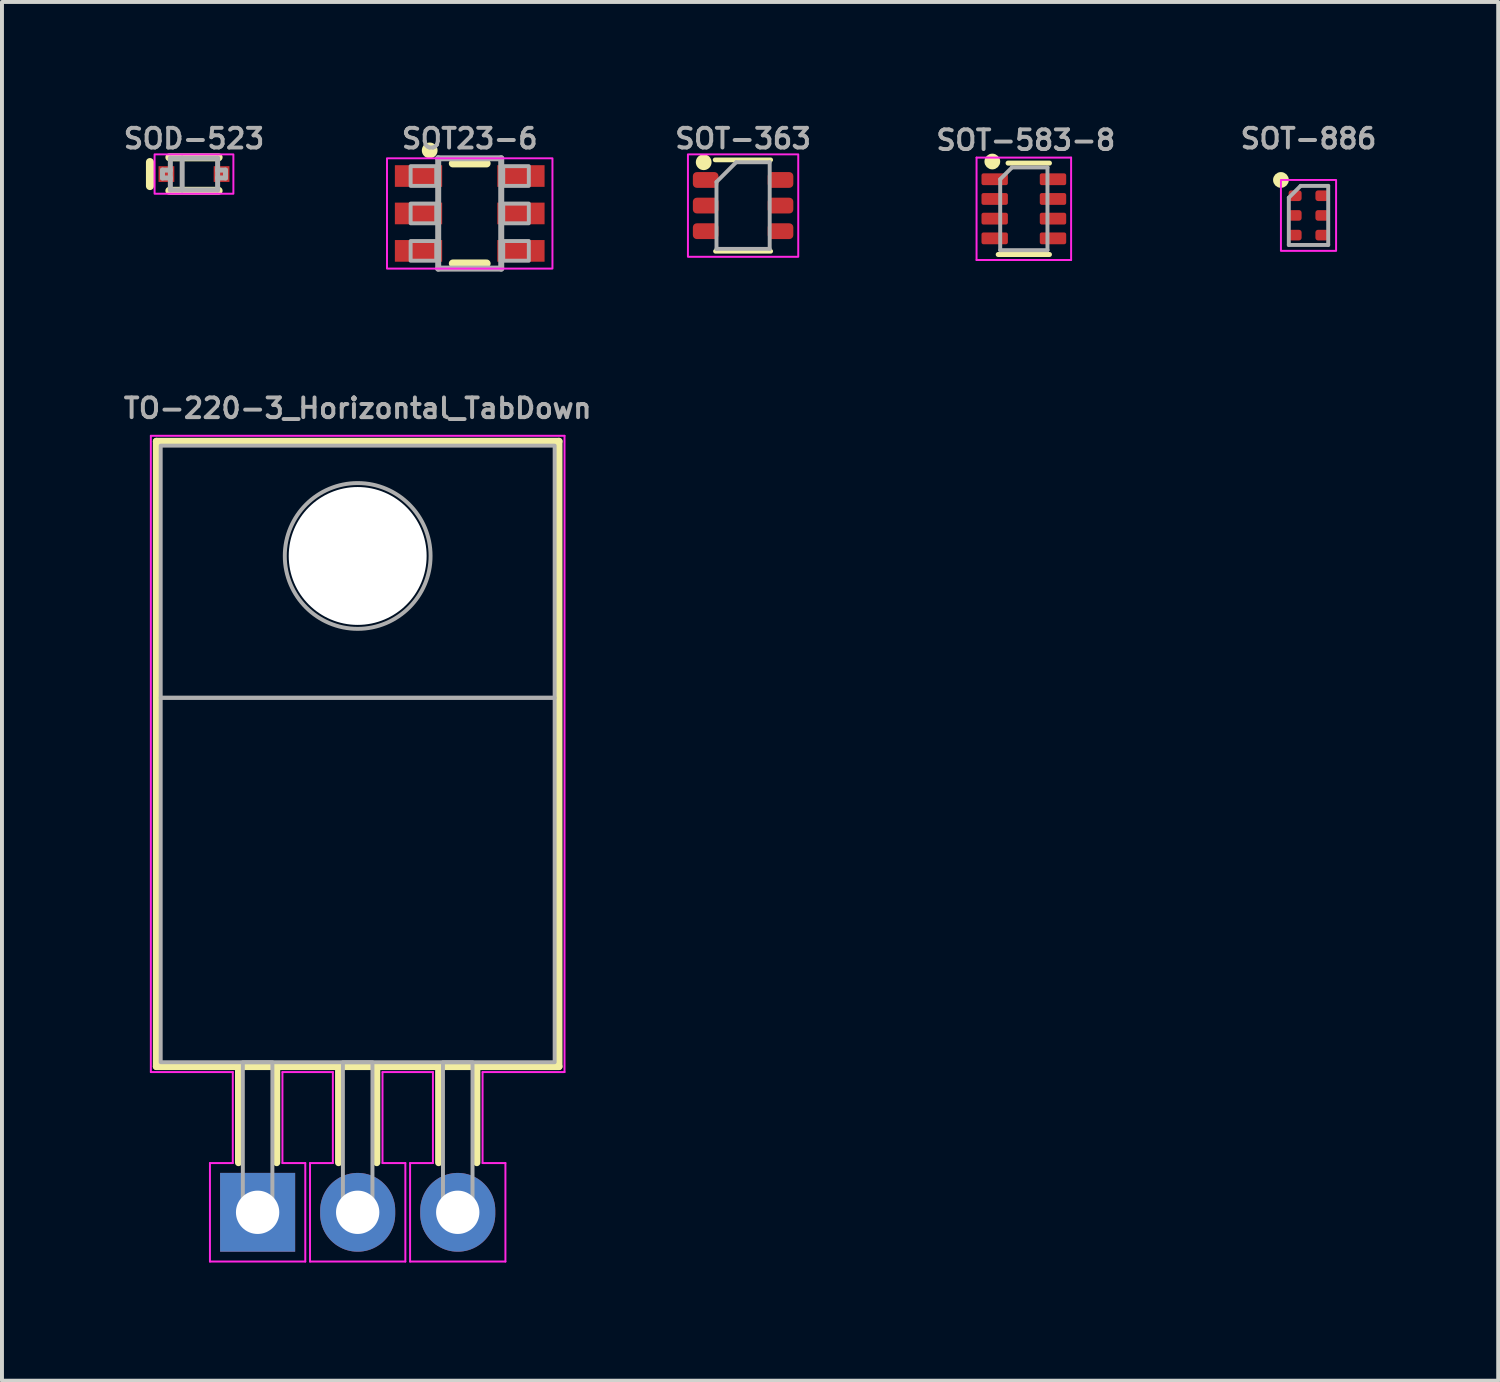
<source format=kicad_pcb>
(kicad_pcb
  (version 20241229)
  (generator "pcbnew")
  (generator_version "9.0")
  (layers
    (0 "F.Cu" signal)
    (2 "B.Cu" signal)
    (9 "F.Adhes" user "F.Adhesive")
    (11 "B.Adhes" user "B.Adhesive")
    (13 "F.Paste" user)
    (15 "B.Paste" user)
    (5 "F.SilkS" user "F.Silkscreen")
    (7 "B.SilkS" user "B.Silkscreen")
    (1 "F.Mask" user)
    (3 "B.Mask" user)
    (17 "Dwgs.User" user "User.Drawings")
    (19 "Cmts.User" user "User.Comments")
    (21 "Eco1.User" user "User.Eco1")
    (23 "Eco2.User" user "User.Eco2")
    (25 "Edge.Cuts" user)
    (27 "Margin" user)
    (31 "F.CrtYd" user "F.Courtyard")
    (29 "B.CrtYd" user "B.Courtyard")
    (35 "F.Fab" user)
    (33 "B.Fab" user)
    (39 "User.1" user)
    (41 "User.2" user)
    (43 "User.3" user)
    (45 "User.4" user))
  (footprint "SOD-523"
    (layer "F.Cu")
    (at 1.874 1.368)
    (property "Reference" "SOD-523" (at 0 -0.9 0) (layer "F.Fab") (effects (font (size 0.5 0.5) (thickness 0.1) (bold yes))))
    (attr smd)
    (fp_line (start -1.118 0.305) (end -1.118 -0.305) (stroke (width 0.203) (type solid)) (layer "F.SilkS"))
    (fp_line (start -0.625 0.425) (end 0.625 0.425) (stroke (width 0.203) (type solid)) (layer "F.SilkS"))
    (fp_line (start 0.625 -0.425) (end -0.625 -0.425) (stroke (width 0.203) (type solid)) (layer "F.SilkS"))
    (fp_rect (start -1 -0.5) (end 1 0.5) (stroke (width 0.05) (type default)) (fill no) (layer "F.CrtYd"))
    (fp_line (start -0.8 -0.1) (end -0.6 -0.1) (stroke (width 0.127) (type solid)) (layer "F.Fab"))
    (fp_line (start -0.8 0.1) (end -0.8 -0.1) (stroke (width 0.127) (type solid)) (layer "F.Fab"))
    (fp_line (start -0.6 -0.4) (end -0.6 -0.1) (stroke (width 0.127) (type solid)) (layer "F.Fab"))
    (fp_line (start -0.6 -0.1) (end -0.6 0.1) (stroke (width 0.127) (type solid)) (layer "F.Fab"))
    (fp_line (start -0.6 0.1) (end -0.8 0.1) (stroke (width 0.127) (type solid)) (layer "F.Fab"))
    (fp_line (start -0.6 0.1) (end -0.6 0.4) (stroke (width 0.127) (type solid)) (layer "F.Fab"))
    (fp_line (start -0.6 0.4) (end -0.3 0.4) (stroke (width 0.127) (type solid)) (layer "F.Fab"))
    (fp_line (start -0.3 -0.4) (end -0.6 -0.4) (stroke (width 0.127) (type solid)) (layer "F.Fab"))
    (fp_line (start -0.3 0.4) (end -0.3 -0.4) (stroke (width 0.127) (type solid)) (layer "F.Fab"))
    (fp_line (start -0.3 0.4) (end 0.6 0.4) (stroke (width 0.127) (type solid)) (layer "F.Fab"))
    (fp_line (start 0.6 -0.4) (end -0.3 -0.4) (stroke (width 0.127) (type solid)) (layer "F.Fab"))
    (fp_line (start 0.6 -0.1) (end 0.6 -0.4) (stroke (width 0.127) (type solid)) (layer "F.Fab"))
    (fp_line (start 0.6 -0.1) (end 0.8 -0.1) (stroke (width 0.127) (type solid)) (layer "F.Fab"))
    (fp_line (start 0.6 0.1) (end 0.6 -0.1) (stroke (width 0.127) (type solid)) (layer "F.Fab"))
    (fp_line (start 0.6 0.1) (end 0.8 0.1) (stroke (width 0.127) (type solid)) (layer "F.Fab"))
    (fp_line (start 0.6 0.4) (end 0.6 0.1) (stroke (width 0.127) (type solid)) (layer "F.Fab"))
    (fp_line (start 0.8 0.1) (end 0.8 -0.1) (stroke (width 0.127) (type solid)) (layer "F.Fab"))
    (pad "1" smd rect (at -0.7 0 180) (size 0.4 0.4) (layers "F.Cu" "F.Mask" "F.Paste"))
    (pad "2" smd rect (at 0.7 0 180) (size 0.4 0.4) (layers "F.Cu" "F.Mask" "F.Paste")))
  (footprint "SOT-363"
    (layer "F.Cu")
    (at 15.812 2.168)
    (property "Reference" "SOT-363" (at 0 -1.7 0) (unlocked yes) (layer "F.Fab") (effects (font (size 0.5 0.5) (thickness 0.1))))
    (attr smd)
    (fp_line (start -0.71 -1.16) (end 0.7 -1.16) (stroke (width 0.12) (type solid)) (layer "F.SilkS"))
    (fp_line (start -0.7 1.16) (end 0.7 1.16) (stroke (width 0.12) (type solid)) (layer "F.SilkS"))
    (fp_circle (center -1 -1.1) (end -0.9 -1.1) (stroke (width 0.2) (type solid)) (fill yes) (layer "F.SilkS"))
    (fp_rect (start -1.4 -1.3) (end 1.4 1.3) (stroke (width 0.05) (type default)) (fill no) (layer "F.CrtYd"))
    (fp_line (start -0.675 -0.6) (end -0.675 1.1) (stroke (width 0.1) (type solid)) (layer "F.Fab"))
    (fp_line (start -0.175 -1.1) (end -0.675 -0.6) (stroke (width 0.1) (type solid)) (layer "F.Fab"))
    (fp_line (start 0.675 -1.1) (end -0.175 -1.1) (stroke (width 0.1) (type solid)) (layer "F.Fab"))
    (fp_line (start 0.675 -1.1) (end 0.675 1.1) (stroke (width 0.1) (type solid)) (layer "F.Fab"))
    (fp_line (start 0.675 1.1) (end -0.675 1.1) (stroke (width 0.1) (type solid)) (layer "F.Fab"))
    (pad "1" smd roundrect (at -0.95 -0.65) (size 0.65 0.4) (layers "F.Cu" "F.Mask" "F.Paste") (roundrect_rratio 0.25))
    (pad "2" smd roundrect (at -0.95 0) (size 0.65 0.4) (layers "F.Cu" "F.Mask" "F.Paste") (roundrect_rratio 0.25))
    (pad "3" smd roundrect (at -0.95 0.65) (size 0.65 0.4) (layers "F.Cu" "F.Mask" "F.Paste") (roundrect_rratio 0.25))
    (pad "4" smd roundrect (at 0.95 0.65) (size 0.65 0.4) (layers "F.Cu" "F.Mask" "F.Paste") (roundrect_rratio 0.25))
    (pad "5" smd roundrect (at 0.95 0) (size 0.65 0.4) (layers "F.Cu" "F.Mask" "F.Paste") (roundrect_rratio 0.25))
    (pad "6" smd roundrect (at 0.95 -0.65) (size 0.65 0.4) (layers "F.Cu" "F.Mask" "F.Paste") (roundrect_rratio 0.25)))
  (footprint "SOT-886"
    (layer "F.Cu")
    (at 30.164 2.418)
    (property "Reference" "SOT-886" (at 0 -1.95 180) (layer "F.Fab") (effects (font (size 0.5 0.5) (thickness 0.1))))
    (attr smd)
    (fp_circle (center -0.7 -0.9) (end -0.7 -0.8) (stroke (width 0.2) (type solid)) (fill no) (layer "F.SilkS"))
    (fp_rect (start -0.7 -0.9) (end 0.7 0.9) (stroke (width 0.05) (type default)) (fill no) (layer "F.CrtYd"))
    (fp_line (start -0.5 -0.45) (end -0.5 0.75) (stroke (width 0.1) (type solid)) (layer "F.Fab"))
    (fp_line (start -0.5 0.75) (end 0.5 0.75) (stroke (width 0.1) (type solid)) (layer "F.Fab"))
    (fp_line (start -0.2 -0.75) (end -0.5 -0.45) (stroke (width 0.1) (type solid)) (layer "F.Fab"))
    (fp_line (start 0.5 -0.75) (end -0.2 -0.75) (stroke (width 0.1) (type solid)) (layer "F.Fab"))
    (fp_line (start 0.5 0.75) (end 0.5 -0.75) (stroke (width 0.1) (type solid)) (layer "F.Fab"))
    (pad "1" smd roundrect (at -0.34 -0.5) (size 0.33 0.27) (layers "F.Cu" "F.Mask" "F.Paste") (roundrect_rratio 0.25))
    (pad "2" smd roundrect (at -0.34 0) (size 0.33 0.27) (layers "F.Cu" "F.Mask" "F.Paste") (roundrect_rratio 0.25))
    (pad "3" smd roundrect (at -0.34 0.5) (size 0.33 0.27) (layers "F.Cu" "F.Mask" "F.Paste") (roundrect_rratio 0.25))
    (pad "4" smd roundrect (at 0.34 0.5) (size 0.33 0.27) (layers "F.Cu" "F.Mask" "F.Paste") (roundrect_rratio 0.25))
    (pad "5" smd roundrect (at 0.34 0) (size 0.33 0.27) (layers "F.Cu" "F.Mask" "F.Paste") (roundrect_rratio 0.25))
    (pad "6" smd roundrect (at 0.34 -0.5) (size 0.33 0.27) (layers "F.Cu" "F.Mask" "F.Paste") (roundrect_rratio 0.25)))
  (footprint "TO-220-3_Horizontal_TabDown"
    (layer "F.Cu")
    (at 3.489 27.722)
    (property "Reference" "TO-220-3_Horizontal_TabDown" (at 2.54 -20.41 0) (layer "F.Fab") (effects (font (size 0.5 0.5) (thickness 0.1))))
    (attr through_hole)
    (fp_line (start -2.57 -19.57) (end 7.65 -19.57) (stroke (width 0.178) (type solid)) (layer "F.SilkS"))
    (fp_line (start -2.57 -3.7) (end -2.57 -19.57) (stroke (width 0.178) (type solid)) (layer "F.SilkS"))
    (fp_line (start -2.57 -3.7) (end 7.65 -3.7) (stroke (width 0.178) (type solid)) (layer "F.SilkS"))
    (fp_line (start -0.485 -3.7) (end -0.485 -1.26) (stroke (width 0.178) (type solid)) (layer "F.SilkS"))
    (fp_line (start 0.485 -3.7) (end 0.485 -1.26) (stroke (width 0.178) (type solid)) (layer "F.SilkS"))
    (fp_line (start 2.055 -3.7) (end 2.055 -1.26) (stroke (width 0.178) (type solid)) (layer "F.SilkS"))
    (fp_line (start 3.025 -3.7) (end 3.025 -1.26) (stroke (width 0.178) (type solid)) (layer "F.SilkS"))
    (fp_line (start 4.595 -3.7) (end 4.595 -1.26) (stroke (width 0.178) (type solid)) (layer "F.SilkS"))
    (fp_line (start 5.565 -3.7) (end 5.565 -1.26) (stroke (width 0.178) (type solid)) (layer "F.SilkS"))
    (fp_line (start 7.65 -3.7) (end 7.65 -19.57) (stroke (width 0.178) (type solid)) (layer "F.SilkS"))
    (fp_line (start -2.71 -19.71) (end 7.79 -19.71) (stroke (width 0.05) (type solid)) (layer "F.CrtYd"))
    (fp_line (start -2.71 -3.56) (end -2.71 -19.71) (stroke (width 0.05) (type solid)) (layer "F.CrtYd"))
    (fp_line (start -1.21 -1.25) (end -0.63 -1.25) (stroke (width 0.05) (type solid)) (layer "F.CrtYd"))
    (fp_line (start -1.21 1.25) (end -1.21 -1.25) (stroke (width 0.05) (type solid)) (layer "F.CrtYd"))
    (fp_line (start -0.63 -3.56) (end -2.71 -3.56) (stroke (width 0.05) (type solid)) (layer "F.CrtYd"))
    (fp_line (start -0.63 -1.25) (end -0.63 -3.56) (stroke (width 0.05) (type solid)) (layer "F.CrtYd"))
    (fp_line (start 0.63 -3.56) (end 0.63 -1.25) (stroke (width 0.05) (type solid)) (layer "F.CrtYd"))
    (fp_line (start 0.63 -1.25) (end 1.21 -1.25) (stroke (width 0.05) (type solid)) (layer "F.CrtYd"))
    (fp_line (start 1.21 -1.25) (end 1.21 1.25) (stroke (width 0.05) (type solid)) (layer "F.CrtYd"))
    (fp_line (start 1.21 1.25) (end -1.21 1.25) (stroke (width 0.05) (type solid)) (layer "F.CrtYd"))
    (fp_line (start 1.33 -1.25) (end 1.91 -1.25) (stroke (width 0.05) (type solid)) (layer "F.CrtYd"))
    (fp_line (start 1.33 1.25) (end 1.33 -1.25) (stroke (width 0.05) (type solid)) (layer "F.CrtYd"))
    (fp_line (start 1.91 -3.56) (end 0.63 -3.56) (stroke (width 0.05) (type solid)) (layer "F.CrtYd"))
    (fp_line (start 1.91 -1.25) (end 1.91 -3.56) (stroke (width 0.05) (type solid)) (layer "F.CrtYd"))
    (fp_line (start 3.17 -3.56) (end 3.17 -1.25) (stroke (width 0.05) (type solid)) (layer "F.CrtYd"))
    (fp_line (start 3.17 -1.25) (end 3.75 -1.25) (stroke (width 0.05) (type solid)) (layer "F.CrtYd"))
    (fp_line (start 3.75 -1.25) (end 3.75 1.25) (stroke (width 0.05) (type solid)) (layer "F.CrtYd"))
    (fp_line (start 3.75 1.25) (end 1.33 1.25) (stroke (width 0.05) (type solid)) (layer "F.CrtYd"))
    (fp_line (start 3.87 -1.25) (end 4.45 -1.25) (stroke (width 0.05) (type solid)) (layer "F.CrtYd"))
    (fp_line (start 3.87 1.25) (end 3.87 -1.25) (stroke (width 0.05) (type solid)) (layer "F.CrtYd"))
    (fp_line (start 4.45 -3.56) (end 3.17 -3.56) (stroke (width 0.05) (type solid)) (layer "F.CrtYd"))
    (fp_line (start 4.45 -1.25) (end 4.45 -3.56) (stroke (width 0.05) (type solid)) (layer "F.CrtYd"))
    (fp_line (start 5.71 -3.56) (end 5.71 -1.25) (stroke (width 0.05) (type solid)) (layer "F.CrtYd"))
    (fp_line (start 5.71 -1.25) (end 6.29 -1.25) (stroke (width 0.05) (type solid)) (layer "F.CrtYd"))
    (fp_line (start 6.29 -1.25) (end 6.29 1.25) (stroke (width 0.05) (type solid)) (layer "F.CrtYd"))
    (fp_line (start 6.29 1.25) (end 3.87 1.25) (stroke (width 0.05) (type solid)) (layer "F.CrtYd"))
    (fp_line (start 7.79 -19.71) (end 7.79 -3.56) (stroke (width 0.05) (type solid)) (layer "F.CrtYd"))
    (fp_line (start 7.79 -3.56) (end 5.71 -3.56) (stroke (width 0.05) (type solid)) (layer "F.CrtYd"))
    (fp_rect (start -2.46 -19.46) (end 7.54 -13.06) (stroke (width 0.1) (type solid)) (fill no) (layer "F.Fab"))
    (fp_rect (start -2.46 -13.06) (end 7.54 -3.81) (stroke (width 0.1) (type solid)) (fill no) (layer "F.Fab"))
    (fp_rect (start -0.375 -3.81) (end 0.375 0) (stroke (width 0.1) (type solid)) (fill no) (layer "F.Fab"))
    (fp_rect (start 2.165 -3.81) (end 2.915 0) (stroke (width 0.1) (type solid)) (fill no) (layer "F.Fab"))
    (fp_rect (start 4.705 -3.81) (end 5.455 0) (stroke (width 0.1) (type solid)) (fill no) (layer "F.Fab"))
    (fp_circle (center 2.54 -16.66) (end 4.39 -16.66) (stroke (width 0.1) (type solid)) (fill no) (layer "F.Fab"))
    (pad "" np_thru_hole circle (at 2.54 -16.66) (size 3.5 3.5) (drill 3.5) (layers "*.Cu" "*.Mask"))
    (pad "1" thru_hole rect (at 0 0) (size 1.905 2) (drill 1.1) (layers "*.Cu" "*.Mask"))
    (pad "2" thru_hole oval (at 2.54 0) (size 1.905 2) (drill 1.1) (layers "*.Cu" "*.Mask"))
    (pad "3" thru_hole oval (at 5.08 0) (size 1.905 2) (drill 1.1) (layers "*.Cu" "*.Mask")))
  (footprint "SOT23-6"
    (layer "F.Cu")
    (at 8.873 2.368)
    (property "Reference" "SOT23-6" (at 0 -1.9 0) (layer "F.Fab") (effects (font (size 0.5 0.5) (thickness 0.1) (bold yes))))
    (attr smd)
    (fp_line (start -0.429 -1.27) (end 0.429 -1.27) (stroke (width 0.203) (type solid)) (layer "F.SilkS"))
    (fp_line (start 0.429 1.27) (end -0.429 1.27) (stroke (width 0.203) (type solid)) (layer "F.SilkS"))
    (fp_circle (center -1.016 -1.6) (end -1.016 -1.5) (stroke (width 0.2) (type solid)) (fill yes) (layer "F.SilkS"))
    (fp_rect (start 2.1 -1.4) (end -2.1 1.4) (stroke (width 0.05) (type default)) (fill no) (layer "F.CrtYd"))
    (fp_line (start -0.8 1.4) (end -0.8 -1.4) (stroke (width 0.152) (type solid)) (layer "F.Fab"))
    (fp_line (start 0.8 -1.4) (end -0.8 -1.4) (stroke (width 0.152) (type solid)) (layer "F.Fab"))
    (fp_line (start 0.8 -1.4) (end 0.8 1.4) (stroke (width 0.152) (type solid)) (layer "F.Fab"))
    (fp_line (start 0.8 1.4) (end -0.8 1.4) (stroke (width 0.152) (type solid)) (layer "F.Fab"))
    (fp_poly (pts (xy -1.5 -1.2) (xy -1.5 -0.7) (xy -0.85 -0.7) (xy -0.85 -1.2)) (stroke (width 0.1) (type default)) (fill no) (layer "F.Fab"))
    (fp_poly (pts (xy -1.5 -0.25) (xy -1.5 0.25) (xy -0.85 0.25) (xy -0.85 -0.25)) (stroke (width 0.1) (type default)) (fill no) (layer "F.Fab"))
    (fp_poly (pts (xy -1.5 0.7) (xy -1.5 1.2) (xy -0.85 1.2) (xy -0.85 0.7)) (stroke (width 0.1) (type default)) (fill no) (layer "F.Fab"))
    (fp_poly (pts (xy 0.85 -1.2) (xy 0.85 -0.7) (xy 1.5 -0.7) (xy 1.5 -1.2)) (stroke (width 0.1) (type default)) (fill no) (layer "F.Fab"))
    (fp_poly (pts (xy 0.85 -0.25) (xy 0.85 0.25) (xy 1.5 0.25) (xy 1.5 -0.25)) (stroke (width 0.1) (type default)) (fill no) (layer "F.Fab"))
    (fp_poly (pts (xy 0.85 0.7) (xy 0.85 1.2) (xy 1.5 1.2) (xy 1.5 0.7)) (stroke (width 0.1) (type default)) (fill no) (layer "F.Fab"))
    (pad "1" smd rect (at -1.3 -0.95 270) (size 0.55 1.2) (layers "F.Cu" "F.Mask" "F.Paste"))
    (pad "2" smd rect (at -1.3 0 270) (size 0.55 1.2) (layers "F.Cu" "F.Mask" "F.Paste"))
    (pad "3" smd rect (at -1.3 0.95 270) (size 0.55 1.2) (layers "F.Cu" "F.Mask" "F.Paste"))
    (pad "4" smd rect (at 1.3 0.95 270) (size 0.55 1.2) (layers "F.Cu" "F.Mask" "F.Paste"))
    (pad "5" smd rect (at 1.3 0 270) (size 0.55 1.2) (layers "F.Cu" "F.Mask" "F.Paste"))
    (pad "6" smd rect (at 1.3 -0.95 270) (size 0.55 1.2) (layers "F.Cu" "F.Mask" "F.Paste")))
  (footprint "SOT-583-8"
    (layer "F.Cu")
    (at 22.938 2.25)
    (property "Reference" "SOT-583-8" (at 0.05 -1.45 0) (unlocked yes) (layer "F.Fab") (effects (font (size 0.5 0.5) (thickness 0.1)) (justify bottom)))
    (attr smd)
    (fp_line (start 0.65 -1.16) (end -0.4 -1.16) (stroke (width 0.127) (type default)) (layer "F.SilkS"))
    (fp_line (start 0.65 1.16) (end -0.65 1.16) (stroke (width 0.127) (type default)) (layer "F.SilkS"))
    (fp_circle (center -0.8 -1.2) (end -0.8 -1.1) (stroke (width 0.2) (type solid)) (fill no) (layer "F.SilkS"))
    (fp_line (start -1.2 -1.3) (end 1.2 -1.3) (stroke (width 0.05) (type default)) (layer "F.CrtYd"))
    (fp_line (start -1.2 1.3) (end -1.2 -1.3) (stroke (width 0.05) (type default)) (layer "F.CrtYd"))
    (fp_line (start 1.2 -1.3) (end 1.2 1.3) (stroke (width 0.05) (type default)) (layer "F.CrtYd"))
    (fp_line (start 1.2 1.3) (end -1.2 1.3) (stroke (width 0.05) (type default)) (layer "F.CrtYd"))
    (fp_line (start -0.6 -0.75) (end -0.6 1.05) (stroke (width 0.1) (type default)) (layer "F.Fab"))
    (fp_line (start -0.6 1.05) (end 0.6 1.05) (stroke (width 0.1) (type default)) (layer "F.Fab"))
    (fp_line (start -0.3 -1.05) (end -0.6 -0.75) (stroke (width 0.1) (type default)) (layer "F.Fab"))
    (fp_line (start 0.6 -1.05) (end -0.3 -1.05) (stroke (width 0.1) (type default)) (layer "F.Fab"))
    (fp_line (start 0.6 -1.05) (end 0.6 1.05) (stroke (width 0.1) (type default)) (layer "F.Fab"))
    (pad "1" smd roundrect (at -0.74 -0.75) (size 0.67 0.3) (layers "F.Cu" "F.Mask" "F.Paste") (roundrect_rratio 0.167))
    (pad "2" smd roundrect (at -0.74 -0.25) (size 0.67 0.3) (layers "F.Cu" "F.Mask" "F.Paste") (roundrect_rratio 0.167))
    (pad "3" smd roundrect (at -0.74 0.25) (size 0.67 0.3) (layers "F.Cu" "F.Mask" "F.Paste") (roundrect_rratio 0.167))
    (pad "4" smd roundrect (at -0.74 0.75) (size 0.67 0.3) (layers "F.Cu" "F.Mask" "F.Paste") (roundrect_rratio 0.167))
    (pad "5" smd roundrect (at 0.74 0.75) (size 0.67 0.3) (layers "F.Cu" "F.Mask" "F.Paste") (roundrect_rratio 0.167))
    (pad "6" smd roundrect (at 0.74 0.25) (size 0.67 0.3) (layers "F.Cu" "F.Mask" "F.Paste") (roundrect_rratio 0.167))
    (pad "7" smd roundrect (at 0.74 -0.25) (size 0.67 0.3) (layers "F.Cu" "F.Mask" "F.Paste") (roundrect_rratio 0.167))
    (pad "8" smd roundrect (at 0.74 -0.75) (size 0.67 0.3) (layers "F.Cu" "F.Mask" "F.Paste") (roundrect_rratio 0.167)))
  (gr_rect
    (start -3 -3)
    (end 34.979 31.997)
    (stroke (width 0.1) (type default))
    (fill no)
    (layer "Edge.Cuts")))
</source>
